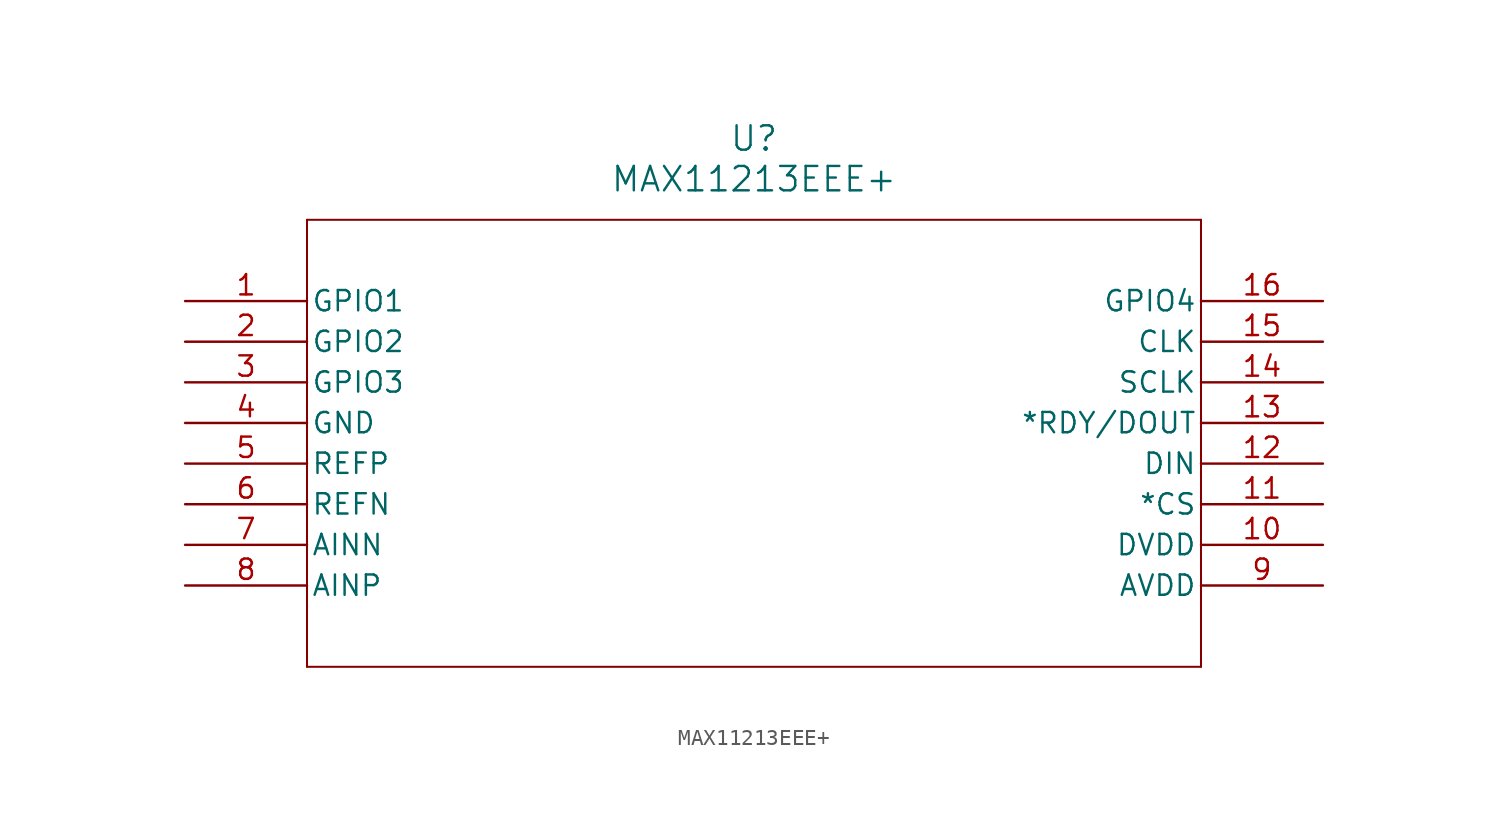
<source format=kicad_sym>
(kicad_symbol_lib
  (version 20211014)
  (generator kicad_symbol_editor)
  (symbol "MAX11213EEE+"
    (pin_names
      (offset 0.254))
    (property "Reference" "U"
      (at 35.56 10.16 0)
      (effects (font (size 1.524 1.524))))
    (property "Value" "MAX11213EEE+"
      (at 35.56 7.62 0)
      (effects (font (size 1.524 1.524))))
    (symbol "MAX11213EEE+_0_1"
      (polyline (pts (xy 7.62 5.08) (xy 7.62 -22.86)) (stroke (width 0.127) (type default) (color 0 0 0 0)) (fill (type none)))
      (polyline (pts (xy 7.62 -22.86) (xy 63.5 -22.86)) (stroke (width 0.127) (type default) (color 0 0 0 0)) (fill (type none)))
      (polyline (pts (xy 63.5 -22.86) (xy 63.5 5.08)) (stroke (width 0.127) (type default) (color 0 0 0 0)) (fill (type none)))
      (polyline (pts (xy 63.5 5.08) (xy 7.62 5.08)) (stroke (width 0.127) (type default) (color 0 0 0 0)) (fill (type none)))
      (pin unspecified line (at 0 0 0) (length 7.62) (name "GPIO1" (effects (font (size 1.27 1.27)))) (number "1" (effects (font (size 1.27 1.27)))))
      (pin unspecified line (at 0 -2.54 0) (length 7.62) (name "GPIO2" (effects (font (size 1.27 1.27)))) (number "2" (effects (font (size 1.27 1.27)))))
      (pin unspecified line (at 0 -5.08 0) (length 7.62) (name "GPIO3" (effects (font (size 1.27 1.27)))) (number "3" (effects (font (size 1.27 1.27)))))
      (pin power_in line (at 0 -7.62 0) (length 7.62) (name "GND" (effects (font (size 1.27 1.27)))) (number "4" (effects (font (size 1.27 1.27)))))
      (pin unspecified line (at 0 -10.16 0) (length 7.62) (name "REFP" (effects (font (size 1.27 1.27)))) (number "5" (effects (font (size 1.27 1.27)))))
      (pin unspecified line (at 0 -12.7 0) (length 7.62) (name "REFN" (effects (font (size 1.27 1.27)))) (number "6" (effects (font (size 1.27 1.27)))))
      (pin unspecified line (at 0 -15.24 0) (length 7.62) (name "AINN" (effects (font (size 1.27 1.27)))) (number "7" (effects (font (size 1.27 1.27)))))
      (pin unspecified line (at 0 -17.78 0) (length 7.62) (name "AINP" (effects (font (size 1.27 1.27)))) (number "8" (effects (font (size 1.27 1.27)))))
      (pin power_in line (at 71.12 -17.78 180) (length 7.62) (name "AVDD" (effects (font (size 1.27 1.27)))) (number "9" (effects (font (size 1.27 1.27)))))
      (pin power_in line (at 71.12 -15.24 180) (length 7.62) (name "DVDD" (effects (font (size 1.27 1.27)))) (number "10" (effects (font (size 1.27 1.27)))))
      (pin unspecified line (at 71.12 -12.7 180) (length 7.62) (name "*CS" (effects (font (size 1.27 1.27)))) (number "11" (effects (font (size 1.27 1.27)))))
      (pin unspecified line (at 71.12 -10.16 180) (length 7.62) (name "DIN" (effects (font (size 1.27 1.27)))) (number "12" (effects (font (size 1.27 1.27)))))
      (pin unspecified line (at 71.12 -7.62 180) (length 7.62) (name "*RDY/DOUT" (effects (font (size 1.27 1.27)))) (number "13" (effects (font (size 1.27 1.27)))))
      (pin unspecified line (at 71.12 -5.08 180) (length 7.62) (name "SCLK" (effects (font (size 1.27 1.27)))) (number "14" (effects (font (size 1.27 1.27)))))
      (pin unspecified line (at 71.12 -2.54 180) (length 7.62) (name "CLK" (effects (font (size 1.27 1.27)))) (number "15" (effects (font (size 1.27 1.27)))))
      (pin unspecified line (at 71.12 0 180) (length 7.62) (name "GPIO4" (effects (font (size 1.27 1.27)))) (number "16" (effects (font (size 1.27 1.27))))))))
</source>
